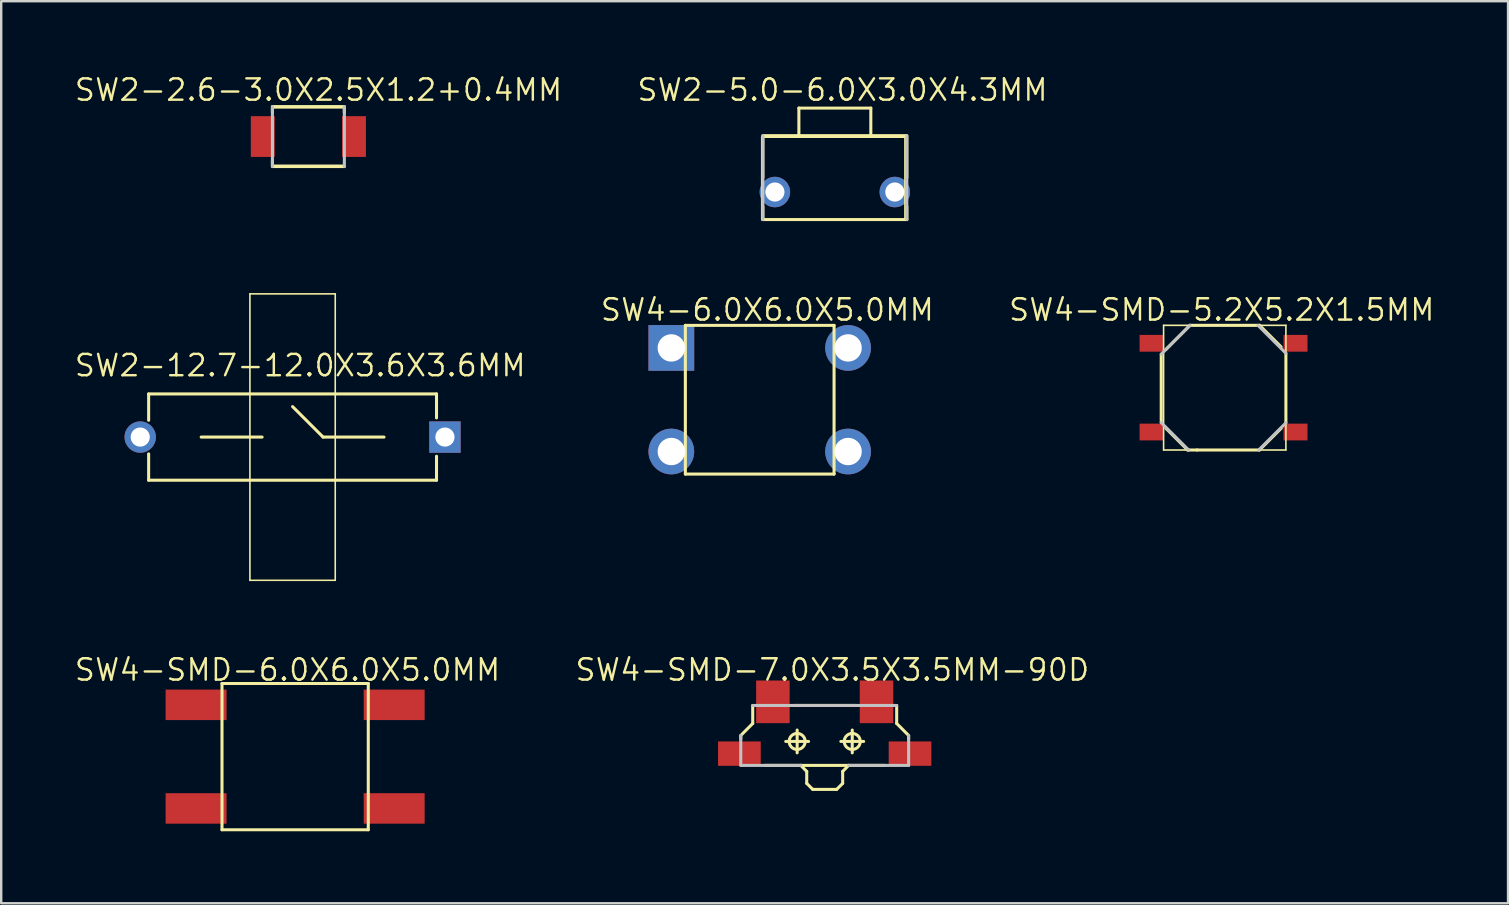
<source format=kicad_pcb>
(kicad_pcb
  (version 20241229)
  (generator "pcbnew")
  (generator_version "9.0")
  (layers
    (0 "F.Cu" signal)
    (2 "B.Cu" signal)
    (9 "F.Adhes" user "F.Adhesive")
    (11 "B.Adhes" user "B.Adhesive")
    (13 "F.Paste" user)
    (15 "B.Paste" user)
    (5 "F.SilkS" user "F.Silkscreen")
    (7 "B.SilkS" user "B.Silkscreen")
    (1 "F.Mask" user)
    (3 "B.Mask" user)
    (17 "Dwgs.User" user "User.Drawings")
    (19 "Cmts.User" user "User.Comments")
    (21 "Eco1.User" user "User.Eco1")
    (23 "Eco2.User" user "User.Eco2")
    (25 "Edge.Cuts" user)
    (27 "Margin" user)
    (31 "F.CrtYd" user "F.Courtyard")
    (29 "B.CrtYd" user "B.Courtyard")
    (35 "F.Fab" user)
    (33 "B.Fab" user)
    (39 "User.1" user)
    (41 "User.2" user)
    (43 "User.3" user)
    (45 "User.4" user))
  (footprint "SW4-SMD-5.2X5.2X1.5MM"
    (layer "F.Cu")
    (at 47.944 13.106)
    (property "Reference" "SW4-SMD-5.2X5.2X1.5MM" (at -0.076 -3.244 0) (layer "F.SilkS") (effects (font (size 0.889 0.889) (thickness 0.102))))
    (attr smd)
    (fp_line (start -2.598 1.458) (end -2.598 -1.394) (stroke (width 0.127) (type solid)) (layer "F.SilkS"))
    (fp_line (start -2.499 -2.598) (end 2.598 -2.598) (stroke (width 0.066) (type solid)) (layer "F.SilkS"))
    (fp_line (start -2.499 2.598) (end -2.499 -2.598) (stroke (width 0.066) (type solid)) (layer "F.SilkS"))
    (fp_line (start -2.499 2.598) (end 2.598 2.598) (stroke (width 0.066) (type solid)) (layer "F.SilkS"))
    (fp_line (start -1.499 2.598) (end -2.398 1.699) (stroke (width 0.127) (type solid)) (layer "F.SilkS"))
    (fp_line (start -1.458 2.598) (end -1.499 2.598) (stroke (width 0.127) (type solid)) (layer "F.SilkS"))
    (fp_line (start -1.4 -2.598) (end -2.398 -1.598) (stroke (width 0.127) (type solid)) (layer "F.SilkS"))
    (fp_line (start -1.4 -2.598) (end 1.499 -2.598) (stroke (width 0.127) (type solid)) (layer "F.SilkS"))
    (fp_line (start -1.1 2.598) (end -1.458 2.598) (stroke (width 0.127) (type solid)) (layer "F.SilkS"))
    (fp_line (start 1.499 -2.598) (end 2.398 -1.699) (stroke (width 0.127) (type solid)) (layer "F.SilkS"))
    (fp_line (start 1.499 2.598) (end -1.1 2.598) (stroke (width 0.127) (type solid)) (layer "F.SilkS"))
    (fp_line (start 1.499 2.598) (end 2.398 1.699) (stroke (width 0.127) (type solid)) (layer "F.SilkS"))
    (fp_line (start 2.598 -1.433) (end 2.598 1.468) (stroke (width 0.127) (type solid)) (layer "F.SilkS"))
    (fp_line (start 2.598 2.598) (end 2.598 -2.598) (stroke (width 0.066) (type solid)) (layer "F.SilkS"))
    (fp_line (start -2.598 -1.394) (end -1.394 -2.598) (stroke (width 0.127) (type solid)) (layer "Dwgs.User"))
    (fp_line (start -1.458 2.598) (end -2.598 1.458) (stroke (width 0.127) (type solid)) (layer "Dwgs.User"))
    (fp_line (start 1.433 -2.598) (end 2.598 -1.433) (stroke (width 0.127) (type solid)) (layer "Dwgs.User"))
    (fp_line (start 2.598 1.468) (end 1.468 2.598) (stroke (width 0.127) (type solid)) (layer "Dwgs.User"))
    (pad "1" smd rect (at -3 -1.849) (size 0.998 0.699) (layers "F.Cu" "F.Mask" "F.Paste"))
    (pad "2" smd rect (at 3 -1.849) (size 0.998 0.699) (layers "F.Cu" "F.Mask" "F.Paste"))
    (pad "3" smd rect (at -3 1.849) (size 0.998 0.699) (layers "F.Cu" "F.Mask" "F.Paste"))
    (pad "4" smd rect (at 3 1.849) (size 0.998 0.699) (layers "F.Cu" "F.Mask" "F.Paste")))
  (footprint "SW4-SMD-7.0X3.5X3.5MM-90D"
    (layer "F.Cu")
    (at 31.321 27.851)
    (property "Reference" "SW4-SMD-7.0X3.5X3.5MM-90D" (at 0.318 -2.985 0) (layer "F.SilkS") (effects (font (size 0.889 0.889) (thickness 0.102))))
    (attr smd)
    (fp_line (start -3.498 -0.249) (end -3 -0.749) (stroke (width 0.127) (type solid)) (layer "F.SilkS"))
    (fp_line (start -3.498 -0.198) (end -3.498 -0.099) (stroke (width 0.127) (type solid)) (layer "F.SilkS"))
    (fp_line (start -3 -0.749) (end -3 -1.499) (stroke (width 0.127) (type solid)) (layer "F.SilkS"))
    (fp_line (start -1.623 0) (end -0.673 0) (stroke (width 0.127) (type solid)) (layer "F.SilkS"))
    (fp_line (start -1.298 -1.499) (end 1.298 -1.499) (stroke (width 0.127) (type solid)) (layer "F.SilkS"))
    (fp_line (start -1.148 0.475) (end -1.148 -0.475) (stroke (width 0.127) (type solid)) (layer "F.SilkS"))
    (fp_line (start -0.998 0.998) (end -2.499 0.998) (stroke (width 0.127) (type solid)) (layer "F.SilkS"))
    (fp_line (start -0.998 0.998) (end -0.749 1.25) (stroke (width 0.127) (type solid)) (layer "F.SilkS"))
    (fp_line (start -0.749 1.25) (end -0.749 1.748) (stroke (width 0.127) (type solid)) (layer "F.SilkS"))
    (fp_line (start -0.749 1.748) (end -0.498 1.999) (stroke (width 0.127) (type solid)) (layer "F.SilkS"))
    (fp_line (start -0.498 1.999) (end 0.498 1.999) (stroke (width 0.127) (type solid)) (layer "F.SilkS"))
    (fp_line (start 0.498 1.999) (end 0.749 1.748) (stroke (width 0.127) (type solid)) (layer "F.SilkS"))
    (fp_line (start 0.673 0) (end 1.623 0) (stroke (width 0.127) (type solid)) (layer "F.SilkS"))
    (fp_line (start 0.749 1.25) (end 0.998 0.998) (stroke (width 0.127) (type solid)) (layer "F.SilkS"))
    (fp_line (start 0.749 1.748) (end 0.749 1.25) (stroke (width 0.127) (type solid)) (layer "F.SilkS"))
    (fp_line (start 0.998 0.998) (end -0.998 0.998) (stroke (width 0.127) (type solid)) (layer "F.SilkS"))
    (fp_line (start 0.998 0.998) (end 2.499 0.998) (stroke (width 0.127) (type solid)) (layer "F.SilkS"))
    (fp_line (start 1.148 0.475) (end 1.148 -0.475) (stroke (width 0.127) (type solid)) (layer "F.SilkS"))
    (fp_line (start 3 -1.499) (end 3 -0.749) (stroke (width 0.127) (type solid)) (layer "F.SilkS"))
    (fp_line (start 3 -0.749) (end 3.498 -0.249) (stroke (width 0.127) (type solid)) (layer "F.SilkS"))
    (fp_line (start 3.498 -0.198) (end 3.498 -0.099) (stroke (width 0.127) (type solid)) (layer "F.SilkS"))
    (fp_circle (center -1.148 0) (end -1.384 0.236) (stroke (width 0.127) (type solid)) (fill no) (layer "F.SilkS"))
    (fp_circle (center 1.148 0) (end 1.384 0.236) (stroke (width 0.127) (type solid)) (fill no) (layer "F.SilkS"))
    (fp_line (start -3.498 0.998) (end -3.498 -0.249) (stroke (width 0.127) (type solid)) (layer "Dwgs.User"))
    (fp_line (start -3.498 0.998) (end -0.998 0.998) (stroke (width 0.127) (type solid)) (layer "Dwgs.User"))
    (fp_line (start -3 -1.499) (end 3 -1.499) (stroke (width 0.127) (type solid)) (layer "Dwgs.User"))
    (fp_line (start 3.498 -0.249) (end 3.498 0.998) (stroke (width 0.127) (type solid)) (layer "Dwgs.User"))
    (fp_line (start 3.498 0.998) (end 0.998 0.998) (stroke (width 0.127) (type solid)) (layer "Dwgs.User"))
    (pad "1" smd rect (at -2.159 -1.651 90) (size 1.778 1.397) (layers "F.Cu" "F.Mask" "F.Paste"))
    (pad "2" smd rect (at 2.159 -1.651 90) (size 1.778 1.397) (layers "F.Cu" "F.Mask" "F.Paste"))
    (pad "S1" smd rect (at -3.556 0.508) (size 1.778 1.016) (layers "F.Cu" "F.Mask" "F.Paste"))
    (pad "S2" smd rect (at 3.556 0.508) (size 1.778 1.016) (layers "F.Cu" "F.Mask" "F.Paste")))
  (footprint "SW2-5.0-6.0X3.0X4.3MM"
    (layer "F.Cu")
    (at 31.744 4.953)
    (property "Reference" "SW2-5.0-6.0X3.0X4.3MM" (at 0.318 -4.255 0) (layer "F.SilkS") (effects (font (size 0.889 0.889) (thickness 0.102))))
    (attr exclude_from_pos_files exclude_from_bom)
    (fp_line (start -3.048 -2.286) (end 2.921 -2.286) (stroke (width 0.066) (type solid)) (layer "F.SilkS"))
    (fp_line (start -3.048 1.143) (end -3.048 -2.286) (stroke (width 0.066) (type solid)) (layer "F.SilkS"))
    (fp_line (start -3.048 1.143) (end 2.921 1.143) (stroke (width 0.066) (type solid)) (layer "F.SilkS"))
    (fp_line (start -3 -2.349) (end -1.499 -2.349) (stroke (width 0.127) (type solid)) (layer "F.SilkS"))
    (fp_line (start -3 -2.299) (end -3 -0.599) (stroke (width 0.127) (type solid)) (layer "F.SilkS"))
    (fp_line (start -3 1.148) (end -3 0.599) (stroke (width 0.127) (type solid)) (layer "F.SilkS"))
    (fp_line (start -3 1.148) (end 3 1.148) (stroke (width 0.127) (type solid)) (layer "F.SilkS"))
    (fp_line (start -1.499 -3.498) (end 1.499 -3.498) (stroke (width 0.127) (type solid)) (layer "F.SilkS"))
    (fp_line (start -1.499 -2.349) (end -1.499 -3.498) (stroke (width 0.127) (type solid)) (layer "F.SilkS"))
    (fp_line (start -1.499 -2.349) (end 1.499 -2.349) (stroke (width 0.127) (type solid)) (layer "F.SilkS"))
    (fp_line (start 1.499 -3.498) (end 1.499 -2.349) (stroke (width 0.127) (type solid)) (layer "F.SilkS"))
    (fp_line (start 1.499 -2.349) (end 3 -2.349) (stroke (width 0.127) (type solid)) (layer "F.SilkS"))
    (fp_line (start 2.921 1.143) (end 2.921 -2.286) (stroke (width 0.066) (type solid)) (layer "F.SilkS"))
    (fp_line (start 3 -2.299) (end 3 -0.599) (stroke (width 0.127) (type solid)) (layer "F.SilkS"))
    (fp_line (start 3 1.148) (end 3 0.599) (stroke (width 0.127) (type solid)) (layer "F.SilkS"))
    (fp_line (start -3 1.148) (end -3 -2.349) (stroke (width 0.127) (type solid)) (layer "Dwgs.User"))
    (fp_line (start 3 -2.349) (end 3 1.148) (stroke (width 0.127) (type solid)) (layer "Dwgs.User"))
    (pad "1" thru_hole circle (at -2.499 0) (size 1.27 1.27) (drill 0.798) (layers "*.Cu" "*.Paste" "*.Mask"))
    (pad "2" thru_hole circle (at 2.499 0) (size 1.27 1.27) (drill 0.798) (layers "*.Cu" "*.Paste" "*.Mask")))
  (footprint "SW2-2.6-3.0X2.5X1.2+0.4MM"
    (layer "F.Cu")
    (at 9.802 2.641)
    (property "Reference" "SW2-2.6-3.0X2.5X1.2+0.4MM" (at 0.422 -1.943 0) (layer "F.SilkS") (effects (font (size 0.889 0.889) (thickness 0.102))))
    (attr smd)
    (fp_line (start -1.499 -1.199) (end -1.499 -0.998) (stroke (width 0.127) (type solid)) (layer "F.SilkS"))
    (fp_line (start -1.499 -1.199) (end 1.499 -1.199) (stroke (width 0.066) (type solid)) (layer "F.SilkS"))
    (fp_line (start -1.499 1.199) (end -1.499 -1.199) (stroke (width 0.066) (type solid)) (layer "F.SilkS"))
    (fp_line (start -1.499 1.199) (end -1.499 0.998) (stroke (width 0.127) (type solid)) (layer "F.SilkS"))
    (fp_line (start -1.499 1.199) (end 1.499 1.199) (stroke (width 0.066) (type solid)) (layer "F.SilkS"))
    (fp_line (start -1.499 1.25) (end 1.499 1.25) (stroke (width 0.127) (type solid)) (layer "F.SilkS"))
    (fp_line (start 1.499 -1.25) (end -1.499 -1.25) (stroke (width 0.127) (type solid)) (layer "F.SilkS"))
    (fp_line (start 1.499 -1.199) (end 1.499 -0.998) (stroke (width 0.127) (type solid)) (layer "F.SilkS"))
    (fp_line (start 1.499 1.199) (end 1.499 -1.199) (stroke (width 0.066) (type solid)) (layer "F.SilkS"))
    (fp_line (start -1.499 -1.25) (end -1.499 1.25) (stroke (width 0.127) (type solid)) (layer "Dwgs.User"))
    (fp_line (start 1.499 1.25) (end 1.499 -1.25) (stroke (width 0.127) (type solid)) (layer "Dwgs.User"))
    (pad "1" smd rect (at -1.9 0 90) (size 1.699 0.998) (layers "F.Cu" "F.Mask" "F.Paste"))
    (pad "2" smd rect (at 1.9 0 90) (size 1.699 0.998) (layers "F.Cu" "F.Mask" "F.Paste")))
  (footprint "SW2-12.7-12.0X3.6X3.6MM"
    (layer "F.Cu")
    (at 9.144 15.166)
    (property "Reference" "SW2-12.7-12.0X3.6X3.6MM" (at 0.318 -2.985 0) (layer "F.SilkS") (effects (font (size 0.889 0.889) (thickness 0.102))))
    (attr exclude_from_pos_files exclude_from_bom)
    (fp_line (start -5.999 -1.798) (end -5.999 -0.699) (stroke (width 0.127) (type solid)) (layer "F.SilkS"))
    (fp_line (start -5.999 1.798) (end -5.999 0.699) (stroke (width 0.127) (type solid)) (layer "F.SilkS"))
    (fp_line (start -5.999 1.798) (end 5.999 1.798) (stroke (width 0.127) (type solid)) (layer "F.SilkS"))
    (fp_line (start -3.81 0) (end -1.27 0) (stroke (width 0.127) (type solid)) (layer "F.SilkS"))
    (fp_line (start -1.778 -5.969) (end 1.778 -5.969) (stroke (width 0.066) (type solid)) (layer "F.SilkS"))
    (fp_line (start -1.778 5.969) (end -1.778 -5.969) (stroke (width 0.066) (type solid)) (layer "F.SilkS"))
    (fp_line (start -1.778 5.969) (end 1.778 5.969) (stroke (width 0.066) (type solid)) (layer "F.SilkS"))
    (fp_line (start 1.27 0) (end 0 -1.27) (stroke (width 0.127) (type solid)) (layer "F.SilkS"))
    (fp_line (start 1.778 5.969) (end 1.778 -5.969) (stroke (width 0.066) (type solid)) (layer "F.SilkS"))
    (fp_line (start 3.81 0) (end 1.27 0) (stroke (width 0.127) (type solid)) (layer "F.SilkS"))
    (fp_line (start 5.999 -1.798) (end -5.999 -1.798) (stroke (width 0.127) (type solid)) (layer "F.SilkS"))
    (fp_line (start 5.999 -1.798) (end 5.999 -0.798) (stroke (width 0.127) (type solid)) (layer "F.SilkS"))
    (fp_line (start 5.999 1.798) (end 5.999 0.798) (stroke (width 0.127) (type solid)) (layer "F.SilkS"))
    (pad "1" thru_hole rect (at 6.35 0) (size 1.306 1.306) (drill 0.798) (layers "*.Cu" "*.Paste" "*.Mask"))
    (pad "2" thru_hole circle (at -6.35 0) (size 1.306 1.306) (drill 0.798) (layers "*.Cu" "*.Paste" "*.Mask")))
  (footprint "SW4-6.0X6.0X5.0MM"
    (layer "F.Cu")
    (at 28.612 13.609)
    (property "Reference" "SW4-6.0X6.0X5.0MM" (at 0.318 -3.747 0) (layer "F.SilkS") (effects (font (size 0.889 0.889) (thickness 0.102))))
    (attr exclude_from_pos_files exclude_from_bom)
    (fp_line (start -3.099 -3.099) (end 3.099 -3.099) (stroke (width 0.066) (type solid)) (layer "F.SilkS"))
    (fp_line (start -3.099 -3.099) (end 3.099 -3.099) (stroke (width 0.127) (type solid)) (layer "F.SilkS"))
    (fp_line (start -3.099 3.099) (end -3.099 -3.099) (stroke (width 0.066) (type solid)) (layer "F.SilkS"))
    (fp_line (start -3.099 3.099) (end -3.099 -3.099) (stroke (width 0.127) (type solid)) (layer "F.SilkS"))
    (fp_line (start -3.099 3.099) (end 3.099 3.099) (stroke (width 0.066) (type solid)) (layer "F.SilkS"))
    (fp_line (start 3.099 -3.099) (end 3.099 3.099) (stroke (width 0.127) (type solid)) (layer "F.SilkS"))
    (fp_line (start 3.099 3.099) (end -3.099 3.099) (stroke (width 0.127) (type solid)) (layer "F.SilkS"))
    (fp_line (start 3.099 3.099) (end 3.099 -3.099) (stroke (width 0.066) (type solid)) (layer "F.SilkS"))
    (pad "1" thru_hole rect (at -3.683 -2.159) (size 1.905 1.905) (drill 1.143) (layers "*.Cu" "*.Paste" "*.Mask"))
    (pad "2" thru_hole circle (at -3.683 2.159) (size 1.905 1.905) (drill 1.143) (layers "*.Cu" "*.Paste" "*.Mask"))
    (pad "3" thru_hole circle (at 3.683 2.159) (size 1.905 1.905) (drill 1.143) (layers "*.Cu" "*.Paste" "*.Mask"))
    (pad "4" thru_hole circle (at 3.683 -2.159) (size 1.905 1.905) (drill 1.143) (layers "*.Cu" "*.Paste" "*.Mask")))
  (footprint "SW4-SMD-6.0X6.0X5.0MM"
    (layer "F.Cu")
    (at 9.25 28.484)
    (property "Reference" "SW4-SMD-6.0X6.0X5.0MM" (at -0.318 -3.617 0) (layer "F.SilkS") (effects (font (size 0.889 0.889) (thickness 0.102))))
    (attr smd)
    (fp_line (start -3.048 -3.048) (end 3.048 -3.048) (stroke (width 0.066) (type solid)) (layer "F.SilkS"))
    (fp_line (start -3.048 -3.048) (end 3.048 -3.048) (stroke (width 0.127) (type solid)) (layer "F.SilkS"))
    (fp_line (start -3.048 3.048) (end -3.048 -3.048) (stroke (width 0.066) (type solid)) (layer "F.SilkS"))
    (fp_line (start -3.048 3.048) (end -3.048 -3.048) (stroke (width 0.127) (type solid)) (layer "F.SilkS"))
    (fp_line (start -3.048 3.048) (end 3.048 3.048) (stroke (width 0.066) (type solid)) (layer "F.SilkS"))
    (fp_line (start 3.048 -3.048) (end 3.048 3.048) (stroke (width 0.127) (type solid)) (layer "F.SilkS"))
    (fp_line (start 3.048 3.048) (end -3.048 3.048) (stroke (width 0.127) (type solid)) (layer "F.SilkS"))
    (fp_line (start 3.048 3.048) (end 3.048 -3.048) (stroke (width 0.066) (type solid)) (layer "F.SilkS"))
    (pad "1" smd rect (at -4.128 -2.159) (size 2.54 1.27) (layers "F.Cu" "F.Mask" "F.Paste"))
    (pad "2" smd rect (at -4.128 2.159) (size 2.54 1.27) (layers "F.Cu" "F.Mask" "F.Paste"))
    (pad "3" smd rect (at 4.128 2.159) (size 2.54 1.27) (layers "F.Cu" "F.Mask" "F.Paste"))
    (pad "4" smd rect (at 4.128 -2.159) (size 2.54 1.27) (layers "F.Cu" "F.Mask" "F.Paste")))
  (gr_rect
    (start -3 -3)
    (end 59.8 34.595)
    (stroke (width 0.1) (type default))
    (fill no)
    (layer "Edge.Cuts")))
</source>
